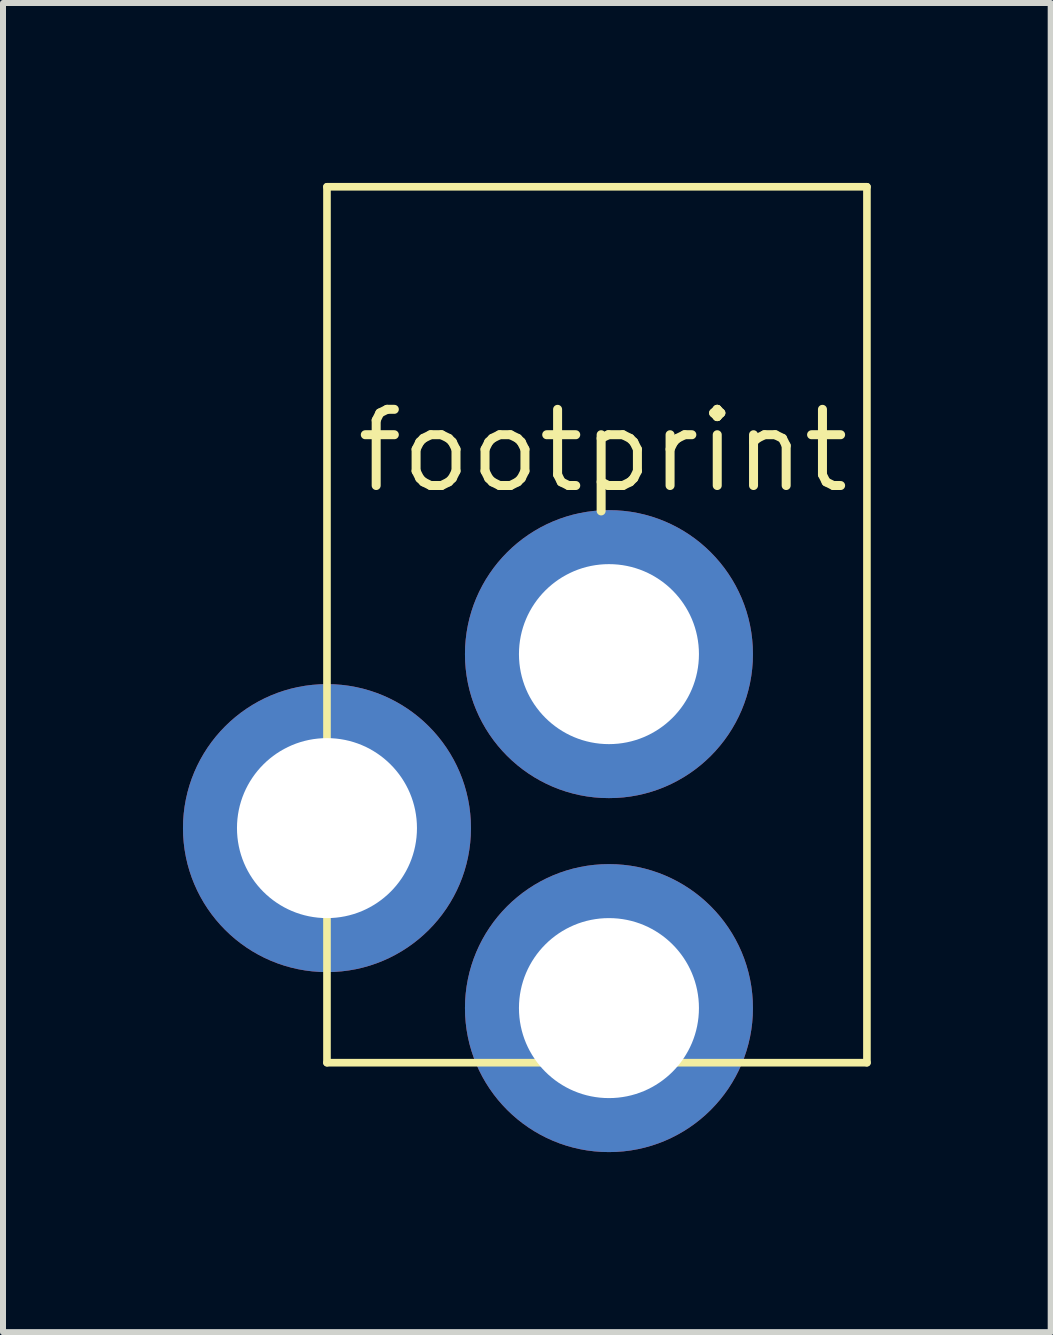
<source format=kicad_pcb>
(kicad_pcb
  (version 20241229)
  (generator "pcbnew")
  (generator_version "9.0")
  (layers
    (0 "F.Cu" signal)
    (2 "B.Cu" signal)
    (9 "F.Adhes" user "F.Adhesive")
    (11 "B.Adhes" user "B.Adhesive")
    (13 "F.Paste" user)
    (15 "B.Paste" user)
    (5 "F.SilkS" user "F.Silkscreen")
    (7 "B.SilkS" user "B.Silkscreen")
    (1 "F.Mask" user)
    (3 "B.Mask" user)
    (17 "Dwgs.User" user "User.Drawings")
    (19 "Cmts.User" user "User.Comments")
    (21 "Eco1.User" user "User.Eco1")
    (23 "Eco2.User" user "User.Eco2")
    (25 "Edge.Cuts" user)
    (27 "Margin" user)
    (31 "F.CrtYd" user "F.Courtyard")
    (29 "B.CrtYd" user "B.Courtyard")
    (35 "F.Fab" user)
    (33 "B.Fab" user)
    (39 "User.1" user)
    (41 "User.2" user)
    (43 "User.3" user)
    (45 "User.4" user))
  (footprint "footprint"
    (layer "F.Cu")
    (at 7 4.463)
    (property "Reference" "footprint" (at 0 0 0) (layer "F.SilkS") (effects (font (size 1.27 1.27) (thickness 0.15))))
    (fp_line (start -4.6 -4.4) (end 4.4 -4.4) (stroke (width 0.127) (type solid)) (layer "F.SilkS"))
    (fp_line (start -4.6 10.2) (end -4.6 -4.4) (stroke (width 0.127) (type solid)) (layer "F.SilkS"))
    (fp_line (start 4.4 -4.4) (end 4.4 10.2) (stroke (width 0.127) (type solid)) (layer "F.SilkS"))
    (fp_line (start 4.4 10.2) (end -4.6 10.2) (stroke (width 0.127) (type solid)) (layer "F.SilkS"))
    (pad "RING" thru_hole circle (at 0.1 3.39 180) (size 4.8 4.8) (drill 3) (layers "*.Cu" "*.Mask"))
    (pad "RING_SW" thru_hole circle (at -4.6 6.29 180) (size 4.8 4.8) (drill 3) (layers "*.Cu" "*.Mask"))
    (pad "TIP" thru_hole circle (at 0.1 9.29 180) (size 4.8 4.8) (drill 3) (layers "*.Cu" "*.Mask")))
  (gr_rect
    (start -3 -3)
    (end 14.463 19.154)
    (stroke (width 0.1) (type default))
    (fill no)
    (layer "Edge.Cuts")))
</source>
